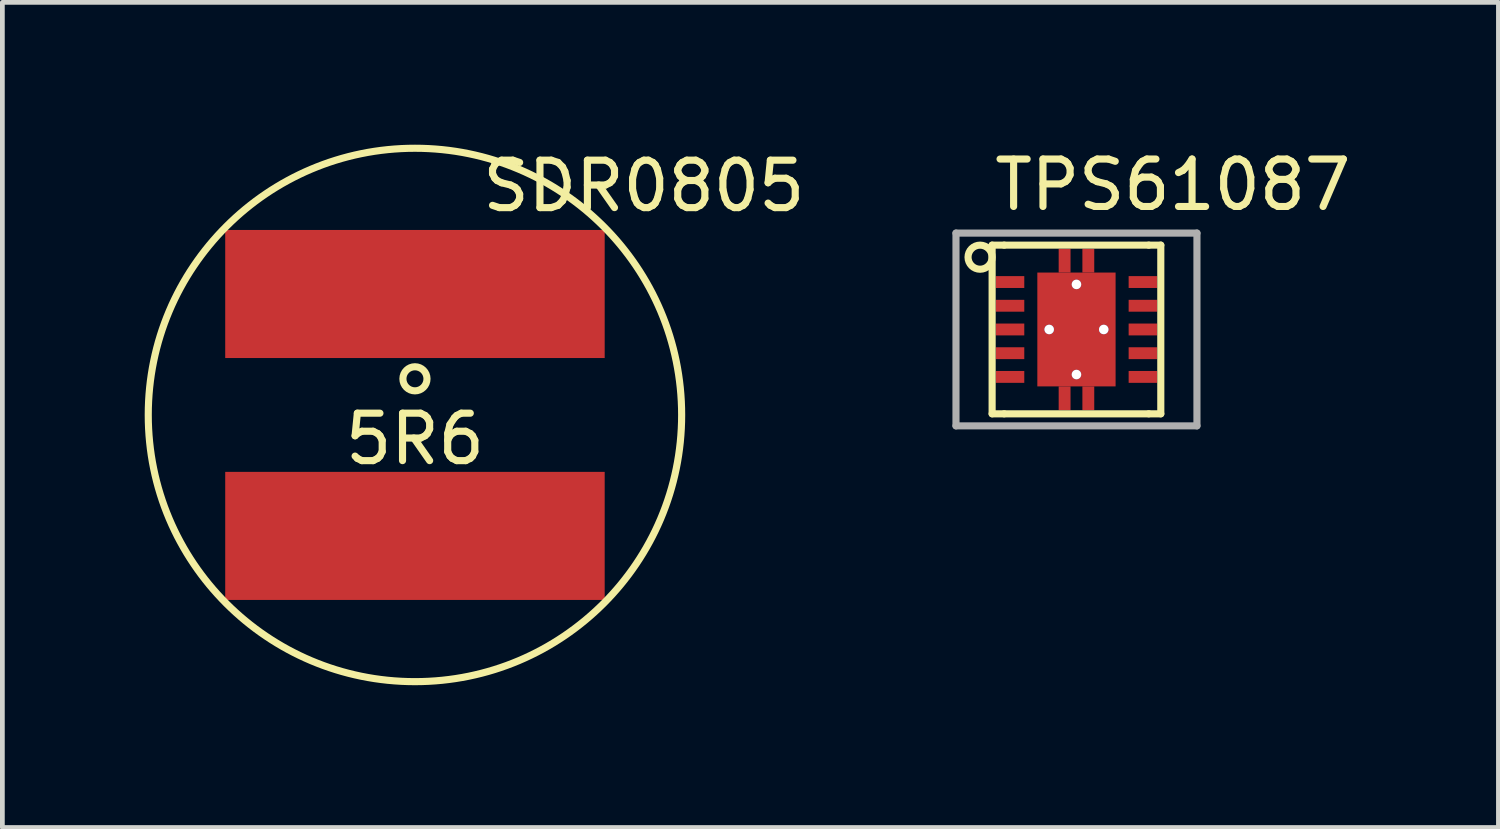
<source format=kicad_pcb>
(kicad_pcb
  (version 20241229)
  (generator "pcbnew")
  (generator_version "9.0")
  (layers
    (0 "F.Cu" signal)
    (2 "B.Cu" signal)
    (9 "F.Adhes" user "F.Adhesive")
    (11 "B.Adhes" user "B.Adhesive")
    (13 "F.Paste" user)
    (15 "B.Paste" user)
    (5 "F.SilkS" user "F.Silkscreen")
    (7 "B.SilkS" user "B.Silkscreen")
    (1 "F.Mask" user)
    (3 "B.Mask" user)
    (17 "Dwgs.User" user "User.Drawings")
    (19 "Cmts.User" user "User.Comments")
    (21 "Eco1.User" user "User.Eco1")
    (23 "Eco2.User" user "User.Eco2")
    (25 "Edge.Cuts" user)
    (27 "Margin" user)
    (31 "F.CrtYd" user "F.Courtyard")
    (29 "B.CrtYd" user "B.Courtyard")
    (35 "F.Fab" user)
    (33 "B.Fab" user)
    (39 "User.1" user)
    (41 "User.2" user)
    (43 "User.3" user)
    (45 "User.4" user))
  (footprint "TPS61087"
    (layer "F.Cu")
    (at 19.644 3.896)
    (property "Reference" "TPS61087" (at 2.032 -3.048 0) (layer "F.SilkS") (effects (font (size 1 1) (thickness 0.15))))
    (attr through_hole)
    (fp_line (start -1.778 -1.778) (end -1.778 1.778) (stroke (width 0.15) (type solid)) (layer "F.SilkS"))
    (fp_line (start -1.778 1.778) (end -1.524 1.778) (stroke (width 0.15) (type solid)) (layer "F.SilkS"))
    (fp_line (start -1.524 -1.778) (end -1.778 -1.778) (stroke (width 0.15) (type solid)) (layer "F.SilkS"))
    (fp_line (start -1.524 -1.778) (end 1.524 -1.778) (stroke (width 0.15) (type solid)) (layer "F.SilkS"))
    (fp_line (start 1.524 -1.778) (end 1.778 -1.778) (stroke (width 0.15) (type solid)) (layer "F.SilkS"))
    (fp_line (start 1.524 1.778) (end -1.524 1.778) (stroke (width 0.15) (type solid)) (layer "F.SilkS"))
    (fp_line (start 1.778 -1.778) (end 1.778 1.778) (stroke (width 0.15) (type solid)) (layer "F.SilkS"))
    (fp_line (start 1.778 1.778) (end 1.524 1.778) (stroke (width 0.15) (type solid)) (layer "F.SilkS"))
    (fp_circle (center -2.032 -1.524) (end -2.286 -1.524) (stroke (width 0.15) (type solid)) (fill no) (layer "F.SilkS"))
    (fp_line (start -2.54 -2.032) (end 2.54 -2.032) (stroke (width 0.15) (type solid)) (layer "F.Fab"))
    (fp_line (start -2.54 2.032) (end -2.54 -2.032) (stroke (width 0.15) (type solid)) (layer "F.Fab"))
    (fp_line (start 2.54 -2.032) (end 2.54 2.032) (stroke (width 0.15) (type solid)) (layer "F.Fab"))
    (fp_line (start 2.54 2.032) (end -2.54 2.032) (stroke (width 0.15) (type solid)) (layer "F.Fab"))
    (pad "1" smd rect (at -1.4 -1) (size 0.6 0.25) (layers "F.Cu" "F.Mask" "F.Paste"))
    (pad "2" smd rect (at -1.4 -0.5) (size 0.6 0.25) (layers "F.Cu" "F.Mask" "F.Paste"))
    (pad "3" smd rect (at -1.4 0) (size 0.6 0.25) (layers "F.Cu" "F.Mask" "F.Paste"))
    (pad "4" smd rect (at -1.4 0.5) (size 0.6 0.25) (layers "F.Cu" "F.Mask" "F.Paste"))
    (pad "5" smd rect (at -1.4 1) (size 0.6 0.25) (layers "F.Cu" "F.Mask" "F.Paste"))
    (pad "6" smd rect (at 1.4 1) (size 0.6 0.25) (layers "F.Cu" "F.Mask" "F.Paste"))
    (pad "7" smd rect (at 1.4 0.5) (size 0.6 0.25) (layers "F.Cu" "F.Mask" "F.Paste"))
    (pad "8" smd rect (at 1.4 0) (size 0.6 0.25) (layers "F.Cu" "F.Mask" "F.Paste"))
    (pad "9" smd rect (at 1.4 -0.5) (size 0.6 0.25) (layers "F.Cu" "F.Mask" "F.Paste"))
    (pad "10" smd rect (at 1.4 -1) (size 0.6 0.25) (layers "F.Cu" "F.Mask" "F.Paste"))
    (pad "11" thru_hole circle (at -0.575 0) (size 0.2 0.2) (drill 0.2) (layers "*.Cu" "*.Mask"))
    (pad "11" smd rect (at -0.25 -1.45) (size 0.25 0.5) (layers "F.Cu" "F.Mask" "F.Paste"))
    (pad "11" smd rect (at -0.25 1.45) (size 0.25 0.5) (layers "F.Cu" "F.Mask" "F.Paste"))
    (pad "11" thru_hole circle (at 0 -0.95) (size 0.2 0.2) (drill 0.2) (layers "*.Cu" "*.Mask"))
    (pad "11" smd rect (at 0 0) (size 1.65 2.4) (layers "F.Cu" "F.Mask" "F.Paste"))
    (pad "11" thru_hole circle (at 0 0.95) (size 0.2 0.2) (drill 0.2) (layers "*.Cu" "*.Mask"))
    (pad "11" smd rect (at 0.25 -1.45) (size 0.25 0.5) (layers "F.Cu" "F.Mask" "F.Paste"))
    (pad "11" smd rect (at 0.25 1.45) (size 0.25 0.5) (layers "F.Cu" "F.Mask" "F.Paste"))
    (pad "11" thru_hole circle (at 0.575 0) (size 0.2 0.2) (drill 0.2) (layers "*.Cu" "*.Mask")))
  (footprint "SDR0805"
    (layer "F.Cu")
    (at 5.698 5.698)
    (property "Reference" "SDR0805" (at 4.826 -4.826 0) (layer "F.SilkS") (effects (font (size 1 1) (thickness 0.15))))
    (attr through_hole)
    (fp_circle (center 0 -0.762) (end 0.254 -0.762) (stroke (width 0.15) (type solid)) (fill no) (layer "F.SilkS"))
    (fp_circle (center 0 0) (end 5.334 -1.778) (stroke (width 0.15) (type solid)) (fill no) (layer "F.SilkS"))
    (fp_text user "5R6" (at 0 0.508 0) (layer "F.SilkS") (effects (font (size 1 1) (thickness 0.15))))
    (pad "1" smd rect (at 0 -2.55) (size 8 2.7) (layers "F.Cu" "F.Mask" "F.Paste"))
    (pad "2" smd rect (at 0 2.55) (size 8 2.7) (layers "F.Cu" "F.Mask" "F.Paste")))
  (gr_rect
    (start -3 -3)
    (end 28.54 14.395)
    (stroke (width 0.1) (type default))
    (fill no)
    (layer "Edge.Cuts")))
</source>
